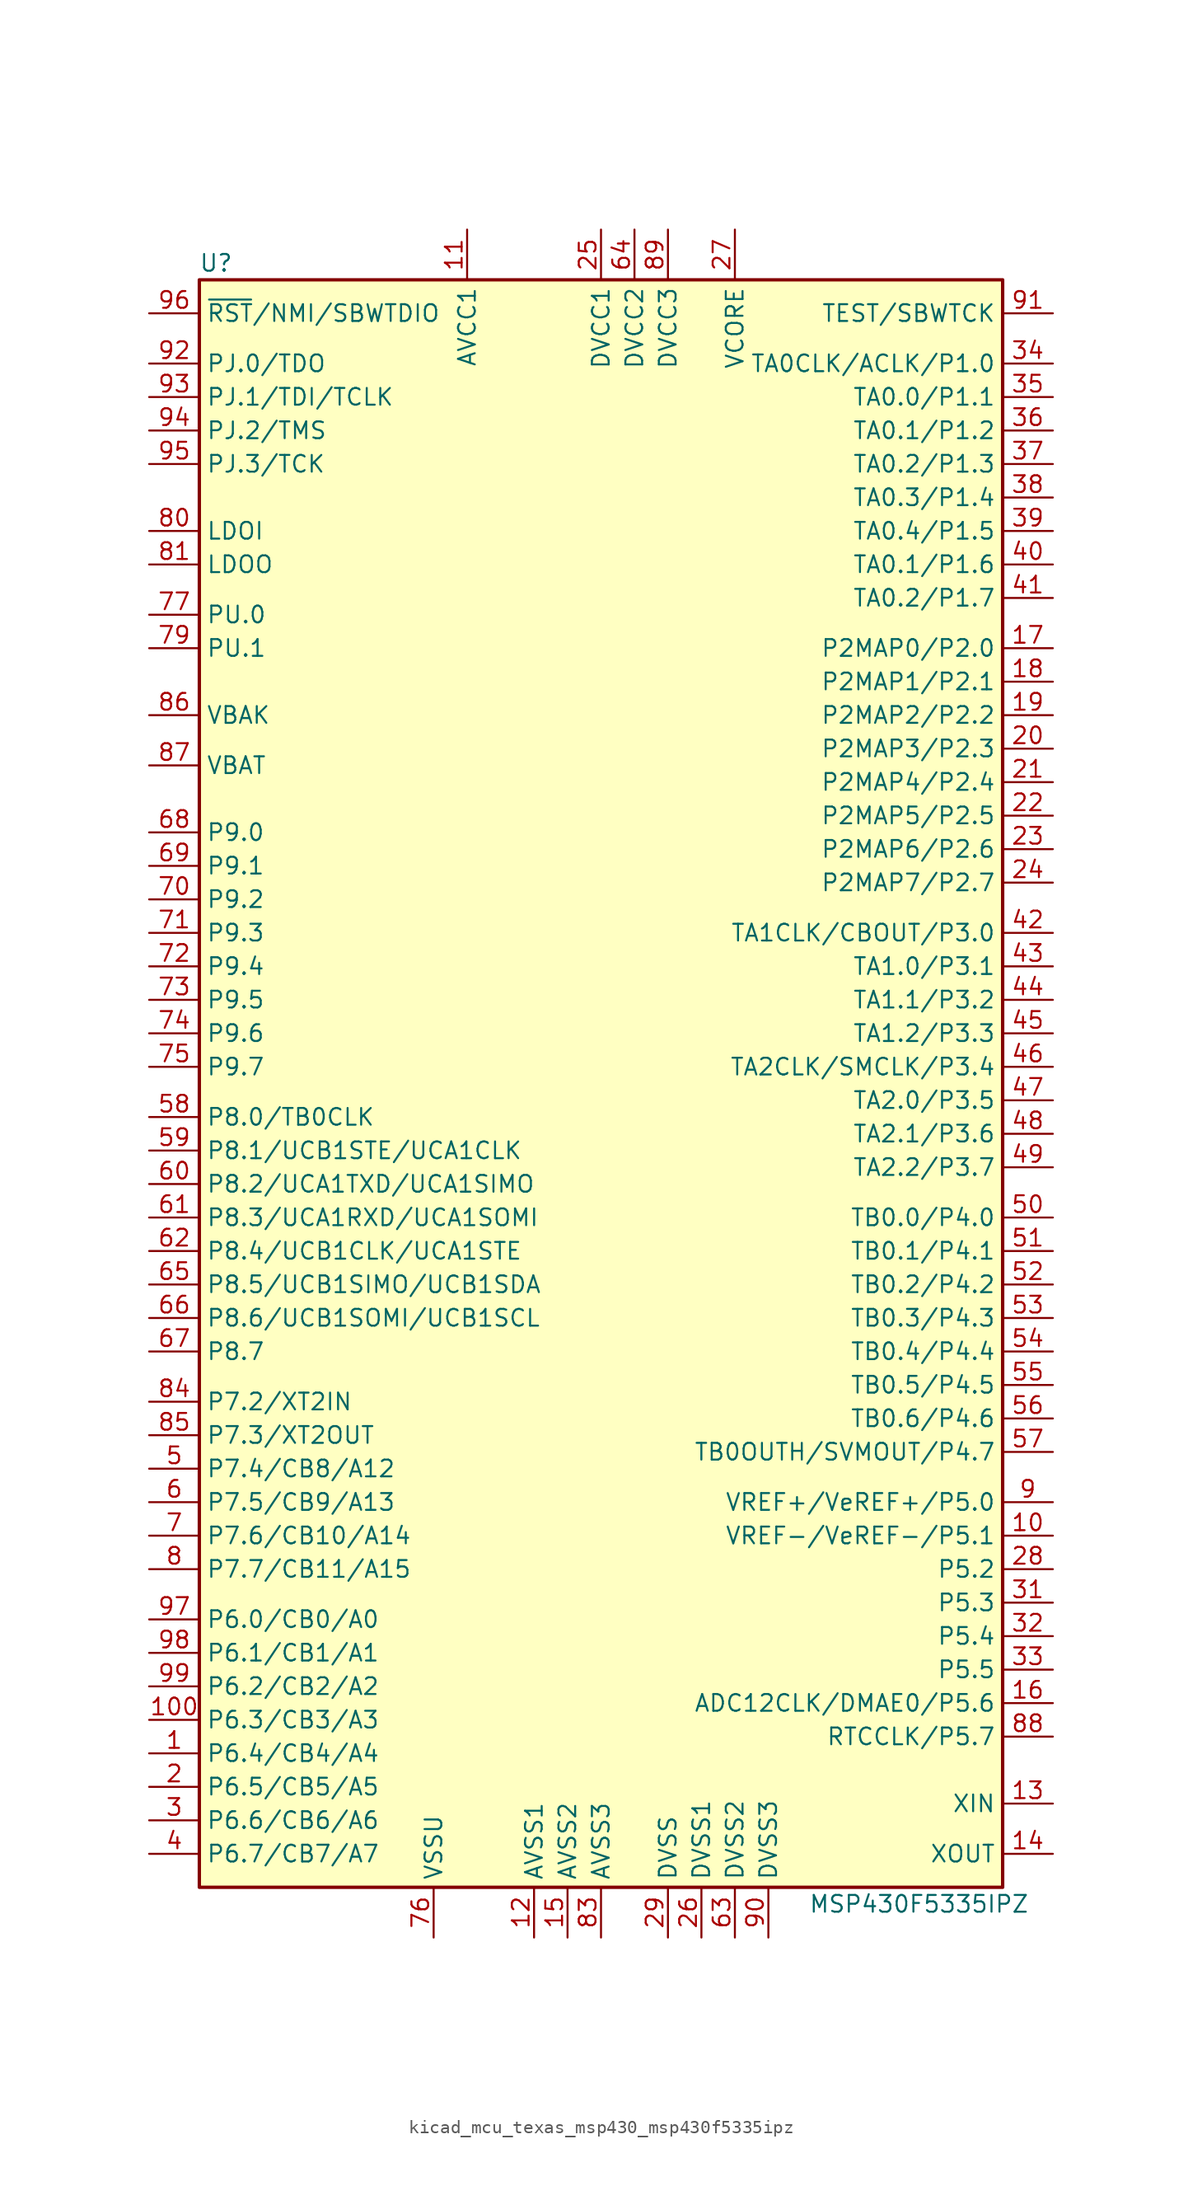
<source format=kicad_sym>
(kicad_symbol_lib
  (version 20220914)
  (generator kicad_symbol_editor)
  (symbol "kicad_mcu_texas_msp430_msp430f5335ipz"
    (property "Reference" "U"
      (at -29.21 60.96 0)
      (effects (font (size 1.27 1.27))))
    (property "Value" "MSP430F5335IPZ"
      (at 24.13 -63.5 0)
      (effects (font (size 1.27 1.27))))
    (symbol "kicad_mcu_texas_msp430_msp430f5335ipz_0_1"
      (rectangle (start -30.48 59.69) (end 30.48 -62.23) (stroke (width 0.254) (type default)) (fill (type background))))
    (symbol "kicad_mcu_texas_msp430_msp430f5335ipz_1_1"
      (pin bidirectional line (at -34.29 -52.07 0) (length 3.81) (name "P6.4/CB4/A4" (effects (font (size 1.27 1.27)))) (number "1" (effects (font (size 1.27 1.27)))))
      (pin bidirectional line (at 34.29 -35.56 180) (length 3.81) (name "VREF-/VeREF-/P5.1" (effects (font (size 1.27 1.27)))) (number "10" (effects (font (size 1.27 1.27)))))
      (pin bidirectional line (at -34.29 -49.53 0) (length 3.81) (name "P6.3/CB3/A3" (effects (font (size 1.27 1.27)))) (number "100" (effects (font (size 1.27 1.27)))))
      (pin power_in line (at -10.16 63.5 270) (length 3.81) (name "AVCC1" (effects (font (size 1.27 1.27)))) (number "11" (effects (font (size 1.27 1.27)))))
      (pin power_in line (at -5.08 -66.04 90) (length 3.81) (name "AVSS1" (effects (font (size 1.27 1.27)))) (number "12" (effects (font (size 1.27 1.27)))))
      (pin bidirectional line (at 34.29 -55.88 180) (length 3.81) (name "XIN" (effects (font (size 1.27 1.27)))) (number "13" (effects (font (size 1.27 1.27)))))
      (pin bidirectional line (at 34.29 -59.69 180) (length 3.81) (name "XOUT" (effects (font (size 1.27 1.27)))) (number "14" (effects (font (size 1.27 1.27)))))
      (pin power_in line (at -2.54 -66.04 90) (length 3.81) (name "AVSS2" (effects (font (size 1.27 1.27)))) (number "15" (effects (font (size 1.27 1.27)))))
      (pin bidirectional line (at 34.29 -48.26 180) (length 3.81) (name "ADC12CLK/DMAE0/P5.6" (effects (font (size 1.27 1.27)))) (number "16" (effects (font (size 1.27 1.27)))))
      (pin bidirectional line (at 34.29 31.75 180) (length 3.81) (name "P2MAP0/P2.0" (effects (font (size 1.27 1.27)))) (number "17" (effects (font (size 1.27 1.27)))))
      (pin bidirectional line (at 34.29 29.21 180) (length 3.81) (name "P2MAP1/P2.1" (effects (font (size 1.27 1.27)))) (number "18" (effects (font (size 1.27 1.27)))))
      (pin bidirectional line (at 34.29 26.67 180) (length 3.81) (name "P2MAP2/P2.2" (effects (font (size 1.27 1.27)))) (number "19" (effects (font (size 1.27 1.27)))))
      (pin bidirectional line (at -34.29 -54.61 0) (length 3.81) (name "P6.5/CB5/A5" (effects (font (size 1.27 1.27)))) (number "2" (effects (font (size 1.27 1.27)))))
      (pin bidirectional line (at 34.29 24.13 180) (length 3.81) (name "P2MAP3/P2.3" (effects (font (size 1.27 1.27)))) (number "20" (effects (font (size 1.27 1.27)))))
      (pin bidirectional line (at 34.29 21.59 180) (length 3.81) (name "P2MAP4/P2.4" (effects (font (size 1.27 1.27)))) (number "21" (effects (font (size 1.27 1.27)))))
      (pin bidirectional line (at 34.29 19.05 180) (length 3.81) (name "P2MAP5/P2.5" (effects (font (size 1.27 1.27)))) (number "22" (effects (font (size 1.27 1.27)))))
      (pin bidirectional line (at 34.29 16.51 180) (length 3.81) (name "P2MAP6/P2.6" (effects (font (size 1.27 1.27)))) (number "23" (effects (font (size 1.27 1.27)))))
      (pin bidirectional line (at 34.29 13.97 180) (length 3.81) (name "P2MAP7/P2.7" (effects (font (size 1.27 1.27)))) (number "24" (effects (font (size 1.27 1.27)))))
      (pin power_in line (at 0 63.5 270) (length 3.81) (name "DVCC1" (effects (font (size 1.27 1.27)))) (number "25" (effects (font (size 1.27 1.27)))))
      (pin power_in line (at 7.62 -66.04 90) (length 3.81) (name "DVSS1" (effects (font (size 1.27 1.27)))) (number "26" (effects (font (size 1.27 1.27)))))
      (pin bidirectional line (at 10.16 63.5 270) (length 3.81) (name "VCORE" (effects (font (size 1.27 1.27)))) (number "27" (effects (font (size 1.27 1.27)))))
      (pin bidirectional line (at 34.29 -38.1 180) (length 3.81) (name "P5.2" (effects (font (size 1.27 1.27)))) (number "28" (effects (font (size 1.27 1.27)))))
      (pin power_in line (at 5.08 -66.04 90) (length 3.81) (name "DVSS" (effects (font (size 1.27 1.27)))) (number "29" (effects (font (size 1.27 1.27)))))
      (pin bidirectional line (at -34.29 -57.15 0) (length 3.81) (name "P6.6/CB6/A6" (effects (font (size 1.27 1.27)))) (number "3" (effects (font (size 1.27 1.27)))))
      (pin bidirectional line (at 34.29 -40.64 180) (length 3.81) (name "P5.3" (effects (font (size 1.27 1.27)))) (number "31" (effects (font (size 1.27 1.27)))))
      (pin bidirectional line (at 34.29 -43.18 180) (length 3.81) (name "P5.4" (effects (font (size 1.27 1.27)))) (number "32" (effects (font (size 1.27 1.27)))))
      (pin bidirectional line (at 34.29 -45.72 180) (length 3.81) (name "P5.5" (effects (font (size 1.27 1.27)))) (number "33" (effects (font (size 1.27 1.27)))))
      (pin bidirectional line (at 34.29 53.34 180) (length 3.81) (name "TA0CLK/ACLK/P1.0" (effects (font (size 1.27 1.27)))) (number "34" (effects (font (size 1.27 1.27)))))
      (pin bidirectional line (at 34.29 50.8 180) (length 3.81) (name "TA0.0/P1.1" (effects (font (size 1.27 1.27)))) (number "35" (effects (font (size 1.27 1.27)))))
      (pin bidirectional line (at 34.29 48.26 180) (length 3.81) (name "TA0.1/P1.2" (effects (font (size 1.27 1.27)))) (number "36" (effects (font (size 1.27 1.27)))))
      (pin bidirectional line (at 34.29 45.72 180) (length 3.81) (name "TA0.2/P1.3" (effects (font (size 1.27 1.27)))) (number "37" (effects (font (size 1.27 1.27)))))
      (pin bidirectional line (at 34.29 43.18 180) (length 3.81) (name "TA0.3/P1.4" (effects (font (size 1.27 1.27)))) (number "38" (effects (font (size 1.27 1.27)))))
      (pin bidirectional line (at 34.29 40.64 180) (length 3.81) (name "TA0.4/P1.5" (effects (font (size 1.27 1.27)))) (number "39" (effects (font (size 1.27 1.27)))))
      (pin bidirectional line (at -34.29 -59.69 0) (length 3.81) (name "P6.7/CB7/A7" (effects (font (size 1.27 1.27)))) (number "4" (effects (font (size 1.27 1.27)))))
      (pin bidirectional line (at 34.29 38.1 180) (length 3.81) (name "TA0.1/P1.6" (effects (font (size 1.27 1.27)))) (number "40" (effects (font (size 1.27 1.27)))))
      (pin bidirectional line (at 34.29 35.56 180) (length 3.81) (name "TA0.2/P1.7" (effects (font (size 1.27 1.27)))) (number "41" (effects (font (size 1.27 1.27)))))
      (pin bidirectional line (at 34.29 10.16 180) (length 3.81) (name "TA1CLK/CBOUT/P3.0" (effects (font (size 1.27 1.27)))) (number "42" (effects (font (size 1.27 1.27)))))
      (pin bidirectional line (at 34.29 7.62 180) (length 3.81) (name "TA1.0/P3.1" (effects (font (size 1.27 1.27)))) (number "43" (effects (font (size 1.27 1.27)))))
      (pin bidirectional line (at 34.29 5.08 180) (length 3.81) (name "TA1.1/P3.2" (effects (font (size 1.27 1.27)))) (number "44" (effects (font (size 1.27 1.27)))))
      (pin bidirectional line (at 34.29 2.54 180) (length 3.81) (name "TA1.2/P3.3" (effects (font (size 1.27 1.27)))) (number "45" (effects (font (size 1.27 1.27)))))
      (pin bidirectional line (at 34.29 0 180) (length 3.81) (name "TA2CLK/SMCLK/P3.4" (effects (font (size 1.27 1.27)))) (number "46" (effects (font (size 1.27 1.27)))))
      (pin bidirectional line (at 34.29 -2.54 180) (length 3.81) (name "TA2.0/P3.5" (effects (font (size 1.27 1.27)))) (number "47" (effects (font (size 1.27 1.27)))))
      (pin bidirectional line (at 34.29 -5.08 180) (length 3.81) (name "TA2.1/P3.6" (effects (font (size 1.27 1.27)))) (number "48" (effects (font (size 1.27 1.27)))))
      (pin bidirectional line (at 34.29 -7.62 180) (length 3.81) (name "TA2.2/P3.7" (effects (font (size 1.27 1.27)))) (number "49" (effects (font (size 1.27 1.27)))))
      (pin bidirectional line (at -34.29 -30.48 0) (length 3.81) (name "P7.4/CB8/A12" (effects (font (size 1.27 1.27)))) (number "5" (effects (font (size 1.27 1.27)))))
      (pin bidirectional line (at 34.29 -11.43 180) (length 3.81) (name "TB0.0/P4.0" (effects (font (size 1.27 1.27)))) (number "50" (effects (font (size 1.27 1.27)))))
      (pin bidirectional line (at 34.29 -13.97 180) (length 3.81) (name "TB0.1/P4.1" (effects (font (size 1.27 1.27)))) (number "51" (effects (font (size 1.27 1.27)))))
      (pin bidirectional line (at 34.29 -16.51 180) (length 3.81) (name "TB0.2/P4.2" (effects (font (size 1.27 1.27)))) (number "52" (effects (font (size 1.27 1.27)))))
      (pin bidirectional line (at 34.29 -19.05 180) (length 3.81) (name "TB0.3/P4.3" (effects (font (size 1.27 1.27)))) (number "53" (effects (font (size 1.27 1.27)))))
      (pin bidirectional line (at 34.29 -21.59 180) (length 3.81) (name "TB0.4/P4.4" (effects (font (size 1.27 1.27)))) (number "54" (effects (font (size 1.27 1.27)))))
      (pin bidirectional line (at 34.29 -24.13 180) (length 3.81) (name "TB0.5/P4.5" (effects (font (size 1.27 1.27)))) (number "55" (effects (font (size 1.27 1.27)))))
      (pin bidirectional line (at 34.29 -26.67 180) (length 3.81) (name "TB0.6/P4.6" (effects (font (size 1.27 1.27)))) (number "56" (effects (font (size 1.27 1.27)))))
      (pin bidirectional line (at 34.29 -29.21 180) (length 3.81) (name "TB0OUTH/SVMOUT/P4.7" (effects (font (size 1.27 1.27)))) (number "57" (effects (font (size 1.27 1.27)))))
      (pin bidirectional line (at -34.29 -3.81 0) (length 3.81) (name "P8.0/TB0CLK" (effects (font (size 1.27 1.27)))) (number "58" (effects (font (size 1.27 1.27)))))
      (pin bidirectional line (at -34.29 -6.35 0) (length 3.81) (name "P8.1/UCB1STE/UCA1CLK" (effects (font (size 1.27 1.27)))) (number "59" (effects (font (size 1.27 1.27)))))
      (pin bidirectional line (at -34.29 -33.02 0) (length 3.81) (name "P7.5/CB9/A13" (effects (font (size 1.27 1.27)))) (number "6" (effects (font (size 1.27 1.27)))))
      (pin bidirectional line (at -34.29 -8.89 0) (length 3.81) (name "P8.2/UCA1TXD/UCA1SIMO" (effects (font (size 1.27 1.27)))) (number "60" (effects (font (size 1.27 1.27)))))
      (pin bidirectional line (at -34.29 -11.43 0) (length 3.81) (name "P8.3/UCA1RXD/UCA1SOMI" (effects (font (size 1.27 1.27)))) (number "61" (effects (font (size 1.27 1.27)))))
      (pin bidirectional line (at -34.29 -13.97 0) (length 3.81) (name "P8.4/UCB1CLK/UCA1STE" (effects (font (size 1.27 1.27)))) (number "62" (effects (font (size 1.27 1.27)))))
      (pin power_in line (at 10.16 -66.04 90) (length 3.81) (name "DVSS2" (effects (font (size 1.27 1.27)))) (number "63" (effects (font (size 1.27 1.27)))))
      (pin power_in line (at 2.54 63.5 270) (length 3.81) (name "DVCC2" (effects (font (size 1.27 1.27)))) (number "64" (effects (font (size 1.27 1.27)))))
      (pin bidirectional line (at -34.29 -16.51 0) (length 3.81) (name "P8.5/UCB1SIMO/UCB1SDA" (effects (font (size 1.27 1.27)))) (number "65" (effects (font (size 1.27 1.27)))))
      (pin bidirectional line (at -34.29 -19.05 0) (length 3.81) (name "P8.6/UCB1SOMI/UCB1SCL" (effects (font (size 1.27 1.27)))) (number "66" (effects (font (size 1.27 1.27)))))
      (pin bidirectional line (at -34.29 -21.59 0) (length 3.81) (name "P8.7" (effects (font (size 1.27 1.27)))) (number "67" (effects (font (size 1.27 1.27)))))
      (pin bidirectional line (at -34.29 17.78 0) (length 3.81) (name "P9.0" (effects (font (size 1.27 1.27)))) (number "68" (effects (font (size 1.27 1.27)))))
      (pin bidirectional line (at -34.29 15.24 0) (length 3.81) (name "P9.1" (effects (font (size 1.27 1.27)))) (number "69" (effects (font (size 1.27 1.27)))))
      (pin bidirectional line (at -34.29 -35.56 0) (length 3.81) (name "P7.6/CB10/A14" (effects (font (size 1.27 1.27)))) (number "7" (effects (font (size 1.27 1.27)))))
      (pin bidirectional line (at -34.29 12.7 0) (length 3.81) (name "P9.2" (effects (font (size 1.27 1.27)))) (number "70" (effects (font (size 1.27 1.27)))))
      (pin bidirectional line (at -34.29 10.16 0) (length 3.81) (name "P9.3" (effects (font (size 1.27 1.27)))) (number "71" (effects (font (size 1.27 1.27)))))
      (pin bidirectional line (at -34.29 7.62 0) (length 3.81) (name "P9.4" (effects (font (size 1.27 1.27)))) (number "72" (effects (font (size 1.27 1.27)))))
      (pin bidirectional line (at -34.29 5.08 0) (length 3.81) (name "P9.5" (effects (font (size 1.27 1.27)))) (number "73" (effects (font (size 1.27 1.27)))))
      (pin bidirectional line (at -34.29 2.54 0) (length 3.81) (name "P9.6" (effects (font (size 1.27 1.27)))) (number "74" (effects (font (size 1.27 1.27)))))
      (pin bidirectional line (at -34.29 0 0) (length 3.81) (name "P9.7" (effects (font (size 1.27 1.27)))) (number "75" (effects (font (size 1.27 1.27)))))
      (pin power_in line (at -12.7 -66.04 90) (length 3.81) (name "VSSU" (effects (font (size 1.27 1.27)))) (number "76" (effects (font (size 1.27 1.27)))))
      (pin bidirectional line (at -34.29 34.29 0) (length 3.81) (name "PU.0" (effects (font (size 1.27 1.27)))) (number "77" (effects (font (size 1.27 1.27)))))
      (pin bidirectional line (at -34.29 31.75 0) (length 3.81) (name "PU.1" (effects (font (size 1.27 1.27)))) (number "79" (effects (font (size 1.27 1.27)))))
      (pin bidirectional line (at -34.29 -38.1 0) (length 3.81) (name "P7.7/CB11/A15" (effects (font (size 1.27 1.27)))) (number "8" (effects (font (size 1.27 1.27)))))
      (pin bidirectional line (at -34.29 40.64 0) (length 3.81) (name "LDOI" (effects (font (size 1.27 1.27)))) (number "80" (effects (font (size 1.27 1.27)))))
      (pin bidirectional line (at -34.29 38.1 0) (length 3.81) (name "LDOO" (effects (font (size 1.27 1.27)))) (number "81" (effects (font (size 1.27 1.27)))))
      (pin power_in line (at 0 -66.04 90) (length 3.81) (name "AVSS3" (effects (font (size 1.27 1.27)))) (number "83" (effects (font (size 1.27 1.27)))))
      (pin bidirectional line (at -34.29 -25.4 0) (length 3.81) (name "P7.2/XT2IN" (effects (font (size 1.27 1.27)))) (number "84" (effects (font (size 1.27 1.27)))))
      (pin bidirectional line (at -34.29 -27.94 0) (length 3.81) (name "P7.3/XT2OUT" (effects (font (size 1.27 1.27)))) (number "85" (effects (font (size 1.27 1.27)))))
      (pin bidirectional line (at -34.29 26.67 0) (length 3.81) (name "VBAK" (effects (font (size 1.27 1.27)))) (number "86" (effects (font (size 1.27 1.27)))))
      (pin bidirectional line (at -34.29 22.86 0) (length 3.81) (name "VBAT" (effects (font (size 1.27 1.27)))) (number "87" (effects (font (size 1.27 1.27)))))
      (pin bidirectional line (at 34.29 -50.8 180) (length 3.81) (name "RTCCLK/P5.7" (effects (font (size 1.27 1.27)))) (number "88" (effects (font (size 1.27 1.27)))))
      (pin power_in line (at 5.08 63.5 270) (length 3.81) (name "DVCC3" (effects (font (size 1.27 1.27)))) (number "89" (effects (font (size 1.27 1.27)))))
      (pin bidirectional line (at 34.29 -33.02 180) (length 3.81) (name "VREF+/VeREF+/P5.0" (effects (font (size 1.27 1.27)))) (number "9" (effects (font (size 1.27 1.27)))))
      (pin power_in line (at 12.7 -66.04 90) (length 3.81) (name "DVSS3" (effects (font (size 1.27 1.27)))) (number "90" (effects (font (size 1.27 1.27)))))
      (pin input line (at 34.29 57.15 180) (length 3.81) (name "TEST/SBWTCK" (effects (font (size 1.27 1.27)))) (number "91" (effects (font (size 1.27 1.27)))))
      (pin bidirectional line (at -34.29 53.34 0) (length 3.81) (name "PJ.0/TDO" (effects (font (size 1.27 1.27)))) (number "92" (effects (font (size 1.27 1.27)))))
      (pin bidirectional line (at -34.29 50.8 0) (length 3.81) (name "PJ.1/TDI/TCLK" (effects (font (size 1.27 1.27)))) (number "93" (effects (font (size 1.27 1.27)))))
      (pin bidirectional line (at -34.29 48.26 0) (length 3.81) (name "PJ.2/TMS" (effects (font (size 1.27 1.27)))) (number "94" (effects (font (size 1.27 1.27)))))
      (pin bidirectional line (at -34.29 45.72 0) (length 3.81) (name "PJ.3/TCK" (effects (font (size 1.27 1.27)))) (number "95" (effects (font (size 1.27 1.27)))))
      (pin input line (at -34.29 57.15 0) (length 3.81) (name "~{RST}/NMI/SBWTDIO" (effects (font (size 1.27 1.27)))) (number "96" (effects (font (size 1.27 1.27)))))
      (pin bidirectional line (at -34.29 -41.91 0) (length 3.81) (name "P6.0/CB0/A0" (effects (font (size 1.27 1.27)))) (number "97" (effects (font (size 1.27 1.27)))))
      (pin bidirectional line (at -34.29 -44.45 0) (length 3.81) (name "P6.1/CB1/A1" (effects (font (size 1.27 1.27)))) (number "98" (effects (font (size 1.27 1.27)))))
      (pin bidirectional line (at -34.29 -46.99 0) (length 3.81) (name "P6.2/CB2/A2" (effects (font (size 1.27 1.27)))) (number "99" (effects (font (size 1.27 1.27))))))))
</source>
